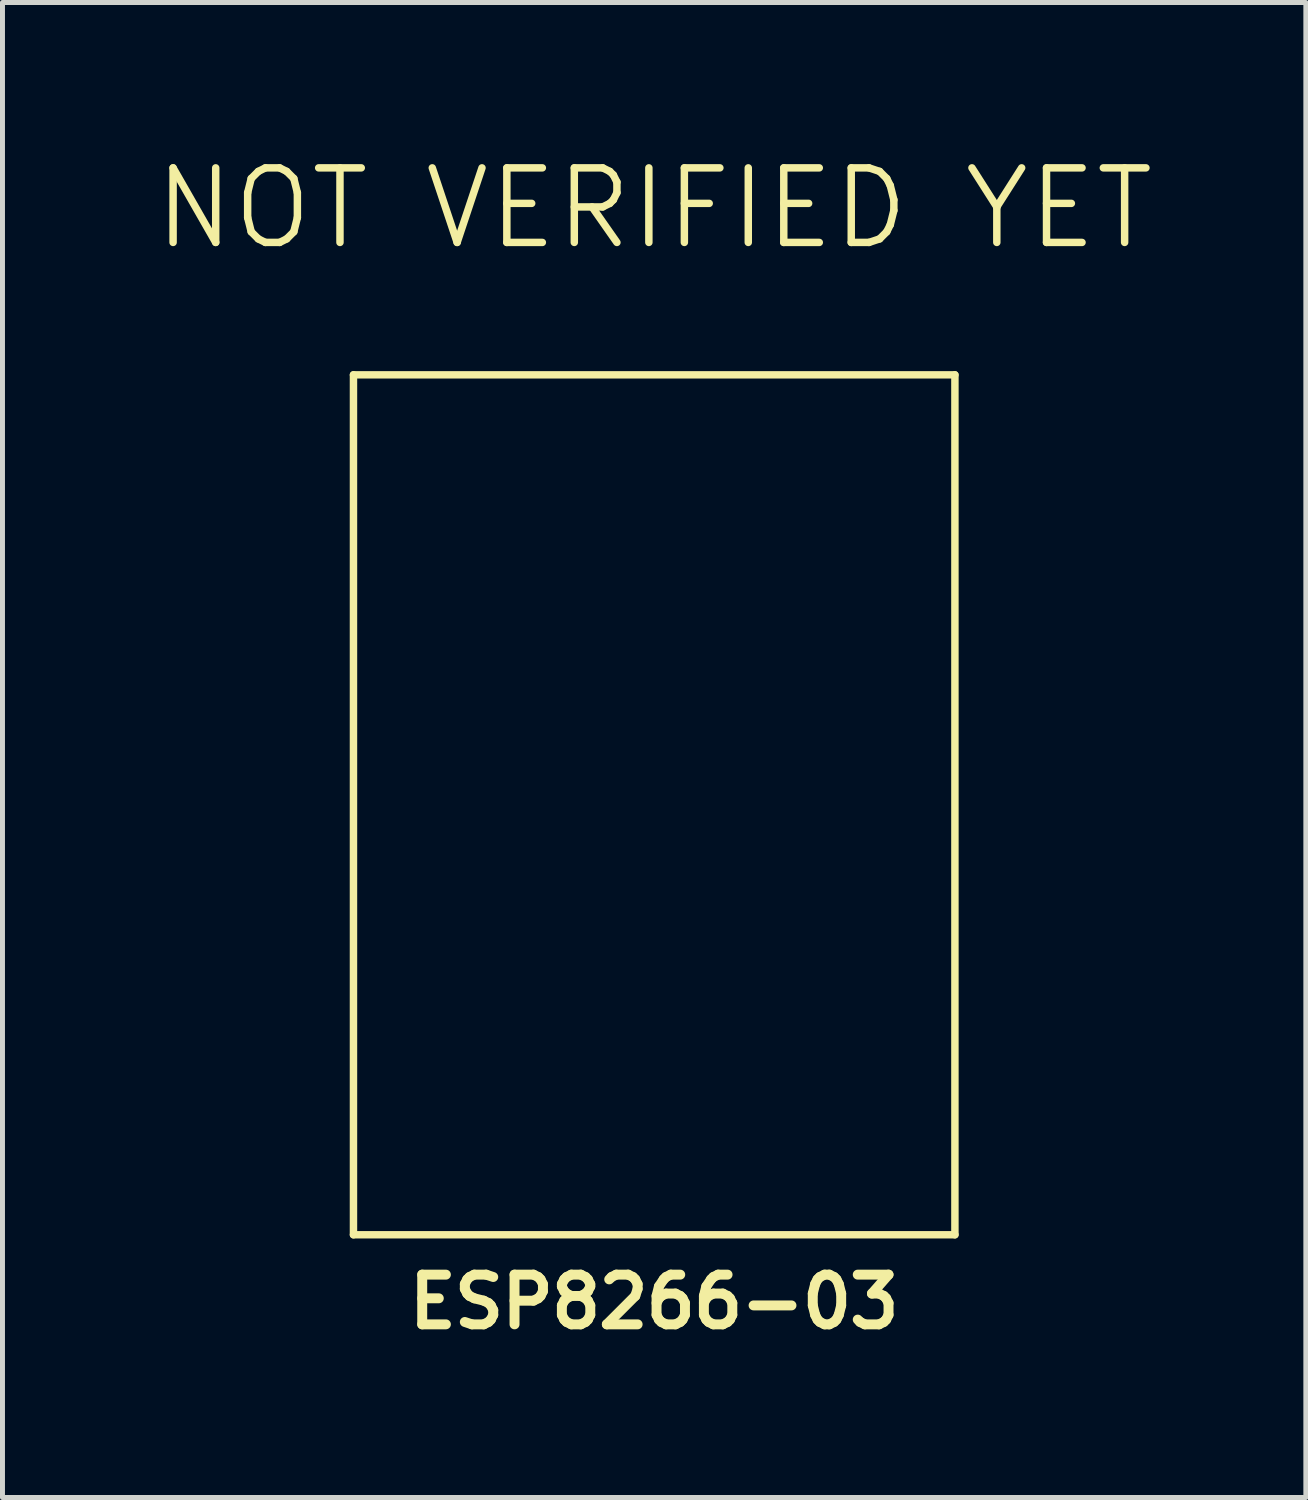
<source format=kicad_pcb>
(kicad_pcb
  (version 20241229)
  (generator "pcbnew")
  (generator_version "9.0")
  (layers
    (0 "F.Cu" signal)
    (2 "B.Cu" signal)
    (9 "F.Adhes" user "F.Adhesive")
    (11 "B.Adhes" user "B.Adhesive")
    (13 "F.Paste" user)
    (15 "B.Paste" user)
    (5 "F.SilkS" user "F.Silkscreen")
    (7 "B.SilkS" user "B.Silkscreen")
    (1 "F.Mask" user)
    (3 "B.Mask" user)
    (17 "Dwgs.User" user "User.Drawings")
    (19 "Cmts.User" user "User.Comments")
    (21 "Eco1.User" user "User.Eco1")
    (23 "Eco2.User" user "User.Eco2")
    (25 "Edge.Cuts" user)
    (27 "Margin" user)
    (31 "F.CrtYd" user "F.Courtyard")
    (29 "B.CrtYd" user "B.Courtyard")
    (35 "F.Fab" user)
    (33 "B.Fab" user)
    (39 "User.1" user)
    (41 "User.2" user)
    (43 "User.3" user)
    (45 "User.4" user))
  (footprint "ESP8266-03"
    (layer "F.Cu")
    (at 10.111 13.141)
    (property "Reference" "ESP8266-03" (at 0 10 0) (layer "F.SilkS") (effects (font (size 1 1) (thickness 0.2))))
    (attr through_hole)
    (fp_line (start -6.05 -8.65) (end 6.05 -8.65) (stroke (width 0.15) (type solid)) (layer "F.SilkS"))
    (fp_line (start -6.05 8.65) (end -6.05 -8.65) (stroke (width 0.15) (type solid)) (layer "F.SilkS"))
    (fp_line (start 6.05 -8.65) (end 6.05 8.65) (stroke (width 0.15) (type solid)) (layer "F.SilkS"))
    (fp_line (start 6.05 8.65) (end -6.05 8.65) (stroke (width 0.15) (type solid)) (layer "F.SilkS"))
    (fp_text user "NOT VERIFIED YET" (at 0 -12 0) (layer "F.SilkS") (effects (font (size 1.5 1.5) (thickness 0.15)))))
  (gr_rect
    (start -3 -3)
    (end 23.221 27.077)
    (stroke (width 0.1) (type default))
    (fill no)
    (layer "Edge.Cuts")))
</source>
